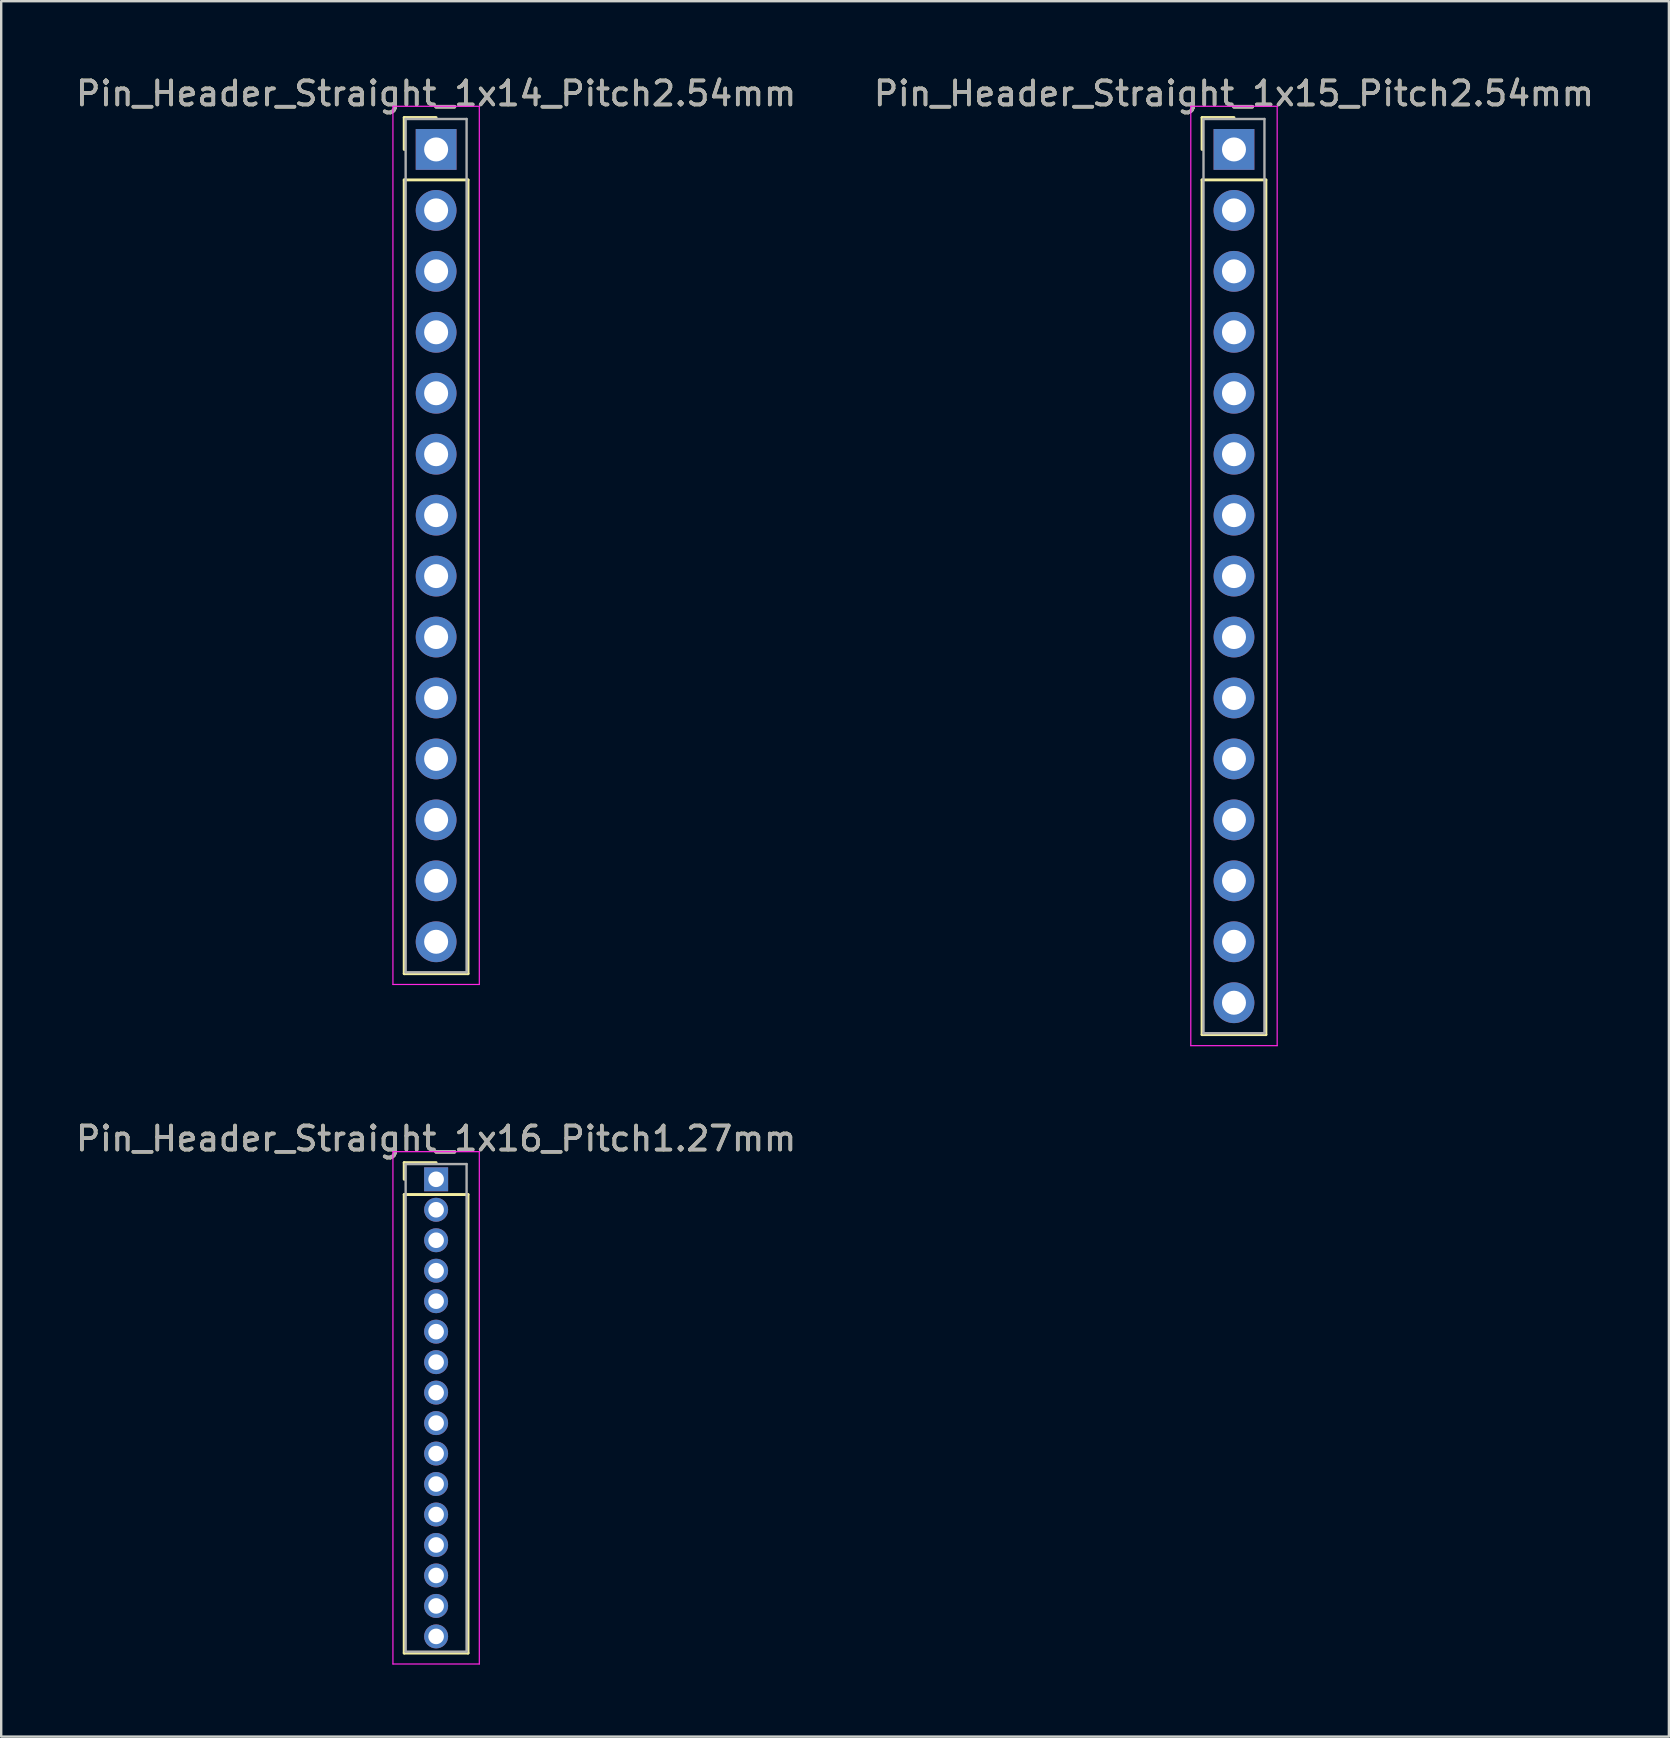
<source format=kicad_pcb>
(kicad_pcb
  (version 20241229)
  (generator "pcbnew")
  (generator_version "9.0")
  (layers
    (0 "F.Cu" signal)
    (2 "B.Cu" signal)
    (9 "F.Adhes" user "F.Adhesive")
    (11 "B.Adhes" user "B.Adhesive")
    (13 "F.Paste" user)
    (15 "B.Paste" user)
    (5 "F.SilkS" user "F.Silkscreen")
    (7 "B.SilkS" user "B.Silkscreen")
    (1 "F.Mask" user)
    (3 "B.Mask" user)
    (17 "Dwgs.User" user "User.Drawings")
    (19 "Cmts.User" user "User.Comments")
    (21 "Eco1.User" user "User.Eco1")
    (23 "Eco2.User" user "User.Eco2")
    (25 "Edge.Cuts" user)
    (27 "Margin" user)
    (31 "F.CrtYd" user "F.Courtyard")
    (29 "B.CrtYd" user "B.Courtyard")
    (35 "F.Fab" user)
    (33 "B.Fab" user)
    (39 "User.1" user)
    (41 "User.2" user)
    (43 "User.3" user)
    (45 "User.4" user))
  (footprint "Pin_Header_Straight_1x14_Pitch2.54mm"
    (layer "F.Cu")
    (at 15.125 3.178)
    (property "Reference" "Pin_Header_Straight_1x14_Pitch2.54mm" (at 0 -2.33 0) (layer "F.SilkS") (effects (font (size 1 1) (thickness 0.15))))
    (attr through_hole)
    (fp_line (start -1.33 -1.33) (end 0 -1.33) (stroke (width 0.12) (type solid)) (layer "F.SilkS"))
    (fp_line (start -1.33 0) (end -1.33 -1.33) (stroke (width 0.12) (type solid)) (layer "F.SilkS"))
    (fp_line (start -1.33 1.27) (end -1.33 34.35) (stroke (width 0.12) (type solid)) (layer "F.SilkS"))
    (fp_line (start -1.33 34.35) (end 1.33 34.35) (stroke (width 0.12) (type solid)) (layer "F.SilkS"))
    (fp_line (start 1.33 1.27) (end -1.33 1.27) (stroke (width 0.12) (type solid)) (layer "F.SilkS"))
    (fp_line (start 1.33 34.35) (end 1.33 1.27) (stroke (width 0.12) (type solid)) (layer "F.SilkS"))
    (fp_line (start -1.8 -1.8) (end -1.8 34.8) (stroke (width 0.05) (type solid)) (layer "F.CrtYd"))
    (fp_line (start -1.8 34.8) (end 1.8 34.8) (stroke (width 0.05) (type solid)) (layer "F.CrtYd"))
    (fp_line (start 1.8 -1.8) (end -1.8 -1.8) (stroke (width 0.05) (type solid)) (layer "F.CrtYd"))
    (fp_line (start 1.8 34.8) (end 1.8 -1.8) (stroke (width 0.05) (type solid)) (layer "F.CrtYd"))
    (fp_line (start -1.27 -1.27) (end -1.27 34.29) (stroke (width 0.1) (type solid)) (layer "F.Fab"))
    (fp_line (start -1.27 34.29) (end 1.27 34.29) (stroke (width 0.1) (type solid)) (layer "F.Fab"))
    (fp_line (start 1.27 -1.27) (end -1.27 -1.27) (stroke (width 0.1) (type solid)) (layer "F.Fab"))
    (fp_line (start 1.27 34.29) (end 1.27 -1.27) (stroke (width 0.1) (type solid)) (layer "F.Fab"))
    (fp_text user "${REFERENCE}" (at 0 -2.33 0) (layer "F.Fab") (effects (font (size 1 1) (thickness 0.15))))
    (pad "1" thru_hole rect (at 0 0) (size 1.7 1.7) (drill 1) (layers "*.Cu" "*.Mask"))
    (pad "2" thru_hole oval (at 0 2.54) (size 1.7 1.7) (drill 1) (layers "*.Cu" "*.Mask"))
    (pad "3" thru_hole oval (at 0 5.08) (size 1.7 1.7) (drill 1) (layers "*.Cu" "*.Mask"))
    (pad "4" thru_hole oval (at 0 7.62) (size 1.7 1.7) (drill 1) (layers "*.Cu" "*.Mask"))
    (pad "5" thru_hole oval (at 0 10.16) (size 1.7 1.7) (drill 1) (layers "*.Cu" "*.Mask"))
    (pad "6" thru_hole oval (at 0 12.7) (size 1.7 1.7) (drill 1) (layers "*.Cu" "*.Mask"))
    (pad "7" thru_hole oval (at 0 15.24) (size 1.7 1.7) (drill 1) (layers "*.Cu" "*.Mask"))
    (pad "8" thru_hole oval (at 0 17.78) (size 1.7 1.7) (drill 1) (layers "*.Cu" "*.Mask"))
    (pad "9" thru_hole oval (at 0 20.32) (size 1.7 1.7) (drill 1) (layers "*.Cu" "*.Mask"))
    (pad "10" thru_hole oval (at 0 22.86) (size 1.7 1.7) (drill 1) (layers "*.Cu" "*.Mask"))
    (pad "11" thru_hole oval (at 0 25.4) (size 1.7 1.7) (drill 1) (layers "*.Cu" "*.Mask"))
    (pad "12" thru_hole oval (at 0 27.94) (size 1.7 1.7) (drill 1) (layers "*.Cu" "*.Mask"))
    (pad "13" thru_hole oval (at 0 30.48) (size 1.7 1.7) (drill 1) (layers "*.Cu" "*.Mask"))
    (pad "14" thru_hole oval (at 0 33.02) (size 1.7 1.7) (drill 1) (layers "*.Cu" "*.Mask")))
  (footprint "Pin_Header_Straight_1x16_Pitch1.27mm"
    (layer "F.Cu")
    (at 15.125 46.096)
    (property "Reference" "Pin_Header_Straight_1x16_Pitch1.27mm" (at 0 -1.695 0) (layer "F.SilkS") (effects (font (size 1 1) (thickness 0.15))))
    (attr through_hole)
    (fp_line (start -1.33 -0.695) (end 0 -0.695) (stroke (width 0.12) (type solid)) (layer "F.SilkS"))
    (fp_line (start -1.33 0) (end -1.33 -0.695) (stroke (width 0.12) (type solid)) (layer "F.SilkS"))
    (fp_line (start -1.33 0.635) (end -1.33 19.745) (stroke (width 0.12) (type solid)) (layer "F.SilkS"))
    (fp_line (start -1.33 19.745) (end 1.33 19.745) (stroke (width 0.12) (type solid)) (layer "F.SilkS"))
    (fp_line (start 1.33 0.635) (end -1.33 0.635) (stroke (width 0.12) (type solid)) (layer "F.SilkS"))
    (fp_line (start 1.33 19.745) (end 1.33 0.635) (stroke (width 0.12) (type solid)) (layer "F.SilkS"))
    (fp_line (start -1.8 -1.15) (end -1.8 20.2) (stroke (width 0.05) (type solid)) (layer "F.CrtYd"))
    (fp_line (start -1.8 20.2) (end 1.8 20.2) (stroke (width 0.05) (type solid)) (layer "F.CrtYd"))
    (fp_line (start 1.8 -1.15) (end -1.8 -1.15) (stroke (width 0.05) (type solid)) (layer "F.CrtYd"))
    (fp_line (start 1.8 20.2) (end 1.8 -1.15) (stroke (width 0.05) (type solid)) (layer "F.CrtYd"))
    (fp_line (start -1.27 -0.635) (end -1.27 19.685) (stroke (width 0.1) (type solid)) (layer "F.Fab"))
    (fp_line (start -1.27 19.685) (end 1.27 19.685) (stroke (width 0.1) (type solid)) (layer "F.Fab"))
    (fp_line (start 1.27 -0.635) (end -1.27 -0.635) (stroke (width 0.1) (type solid)) (layer "F.Fab"))
    (fp_line (start 1.27 19.685) (end 1.27 -0.635) (stroke (width 0.1) (type solid)) (layer "F.Fab"))
    (fp_text user "${REFERENCE}" (at 0 -1.695 0) (layer "F.Fab") (effects (font (size 1 1) (thickness 0.15))))
    (pad "1" thru_hole rect (at 0 0) (size 1 1) (drill 0.65) (layers "*.Cu" "*.Mask"))
    (pad "2" thru_hole oval (at 0 1.27) (size 1 1) (drill 0.65) (layers "*.Cu" "*.Mask"))
    (pad "3" thru_hole oval (at 0 2.54) (size 1 1) (drill 0.65) (layers "*.Cu" "*.Mask"))
    (pad "4" thru_hole oval (at 0 3.81) (size 1 1) (drill 0.65) (layers "*.Cu" "*.Mask"))
    (pad "5" thru_hole oval (at 0 5.08) (size 1 1) (drill 0.65) (layers "*.Cu" "*.Mask"))
    (pad "6" thru_hole oval (at 0 6.35) (size 1 1) (drill 0.65) (layers "*.Cu" "*.Mask"))
    (pad "7" thru_hole oval (at 0 7.62) (size 1 1) (drill 0.65) (layers "*.Cu" "*.Mask"))
    (pad "8" thru_hole oval (at 0 8.89) (size 1 1) (drill 0.65) (layers "*.Cu" "*.Mask"))
    (pad "9" thru_hole oval (at 0 10.16) (size 1 1) (drill 0.65) (layers "*.Cu" "*.Mask"))
    (pad "10" thru_hole oval (at 0 11.43) (size 1 1) (drill 0.65) (layers "*.Cu" "*.Mask"))
    (pad "11" thru_hole oval (at 0 12.7) (size 1 1) (drill 0.65) (layers "*.Cu" "*.Mask"))
    (pad "12" thru_hole oval (at 0 13.97) (size 1 1) (drill 0.65) (layers "*.Cu" "*.Mask"))
    (pad "13" thru_hole oval (at 0 15.24) (size 1 1) (drill 0.65) (layers "*.Cu" "*.Mask"))
    (pad "14" thru_hole oval (at 0 16.51) (size 1 1) (drill 0.65) (layers "*.Cu" "*.Mask"))
    (pad "15" thru_hole oval (at 0 17.78) (size 1 1) (drill 0.65) (layers "*.Cu" "*.Mask"))
    (pad "16" thru_hole oval (at 0 19.05) (size 1 1) (drill 0.65) (layers "*.Cu" "*.Mask")))
  (footprint "Pin_Header_Straight_1x15_Pitch2.54mm"
    (layer "F.Cu")
    (at 48.375 3.178)
    (property "Reference" "Pin_Header_Straight_1x15_Pitch2.54mm" (at 0 -2.33 0) (layer "F.SilkS") (effects (font (size 1 1) (thickness 0.15))))
    (attr through_hole)
    (fp_line (start -1.33 -1.33) (end 0 -1.33) (stroke (width 0.12) (type solid)) (layer "F.SilkS"))
    (fp_line (start -1.33 0) (end -1.33 -1.33) (stroke (width 0.12) (type solid)) (layer "F.SilkS"))
    (fp_line (start -1.33 1.27) (end -1.33 36.89) (stroke (width 0.12) (type solid)) (layer "F.SilkS"))
    (fp_line (start -1.33 36.89) (end 1.33 36.89) (stroke (width 0.12) (type solid)) (layer "F.SilkS"))
    (fp_line (start 1.33 1.27) (end -1.33 1.27) (stroke (width 0.12) (type solid)) (layer "F.SilkS"))
    (fp_line (start 1.33 36.89) (end 1.33 1.27) (stroke (width 0.12) (type solid)) (layer "F.SilkS"))
    (fp_line (start -1.8 -1.8) (end -1.8 37.35) (stroke (width 0.05) (type solid)) (layer "F.CrtYd"))
    (fp_line (start -1.8 37.35) (end 1.8 37.35) (stroke (width 0.05) (type solid)) (layer "F.CrtYd"))
    (fp_line (start 1.8 -1.8) (end -1.8 -1.8) (stroke (width 0.05) (type solid)) (layer "F.CrtYd"))
    (fp_line (start 1.8 37.35) (end 1.8 -1.8) (stroke (width 0.05) (type solid)) (layer "F.CrtYd"))
    (fp_line (start -1.27 -1.27) (end -1.27 36.83) (stroke (width 0.1) (type solid)) (layer "F.Fab"))
    (fp_line (start -1.27 36.83) (end 1.27 36.83) (stroke (width 0.1) (type solid)) (layer "F.Fab"))
    (fp_line (start 1.27 -1.27) (end -1.27 -1.27) (stroke (width 0.1) (type solid)) (layer "F.Fab"))
    (fp_line (start 1.27 36.83) (end 1.27 -1.27) (stroke (width 0.1) (type solid)) (layer "F.Fab"))
    (fp_text user "${REFERENCE}" (at 0 -2.33 0) (layer "F.Fab") (effects (font (size 1 1) (thickness 0.15))))
    (pad "1" thru_hole rect (at 0 0) (size 1.7 1.7) (drill 1) (layers "*.Cu" "*.Mask"))
    (pad "2" thru_hole oval (at 0 2.54) (size 1.7 1.7) (drill 1) (layers "*.Cu" "*.Mask"))
    (pad "3" thru_hole oval (at 0 5.08) (size 1.7 1.7) (drill 1) (layers "*.Cu" "*.Mask"))
    (pad "4" thru_hole oval (at 0 7.62) (size 1.7 1.7) (drill 1) (layers "*.Cu" "*.Mask"))
    (pad "5" thru_hole oval (at 0 10.16) (size 1.7 1.7) (drill 1) (layers "*.Cu" "*.Mask"))
    (pad "6" thru_hole oval (at 0 12.7) (size 1.7 1.7) (drill 1) (layers "*.Cu" "*.Mask"))
    (pad "7" thru_hole oval (at 0 15.24) (size 1.7 1.7) (drill 1) (layers "*.Cu" "*.Mask"))
    (pad "8" thru_hole oval (at 0 17.78) (size 1.7 1.7) (drill 1) (layers "*.Cu" "*.Mask"))
    (pad "9" thru_hole oval (at 0 20.32) (size 1.7 1.7) (drill 1) (layers "*.Cu" "*.Mask"))
    (pad "10" thru_hole oval (at 0 22.86) (size 1.7 1.7) (drill 1) (layers "*.Cu" "*.Mask"))
    (pad "11" thru_hole oval (at 0 25.4) (size 1.7 1.7) (drill 1) (layers "*.Cu" "*.Mask"))
    (pad "12" thru_hole oval (at 0 27.94) (size 1.7 1.7) (drill 1) (layers "*.Cu" "*.Mask"))
    (pad "13" thru_hole oval (at 0 30.48) (size 1.7 1.7) (drill 1) (layers "*.Cu" "*.Mask"))
    (pad "14" thru_hole oval (at 0 33.02) (size 1.7 1.7) (drill 1) (layers "*.Cu" "*.Mask"))
    (pad "15" thru_hole oval (at 0 35.56) (size 1.7 1.7) (drill 1) (layers "*.Cu" "*.Mask")))
  (gr_rect
    (start -3 -3)
    (end 66.5 69.322)
    (stroke (width 0.1) (type default))
    (fill no)
    (layer "Edge.Cuts")))
</source>
